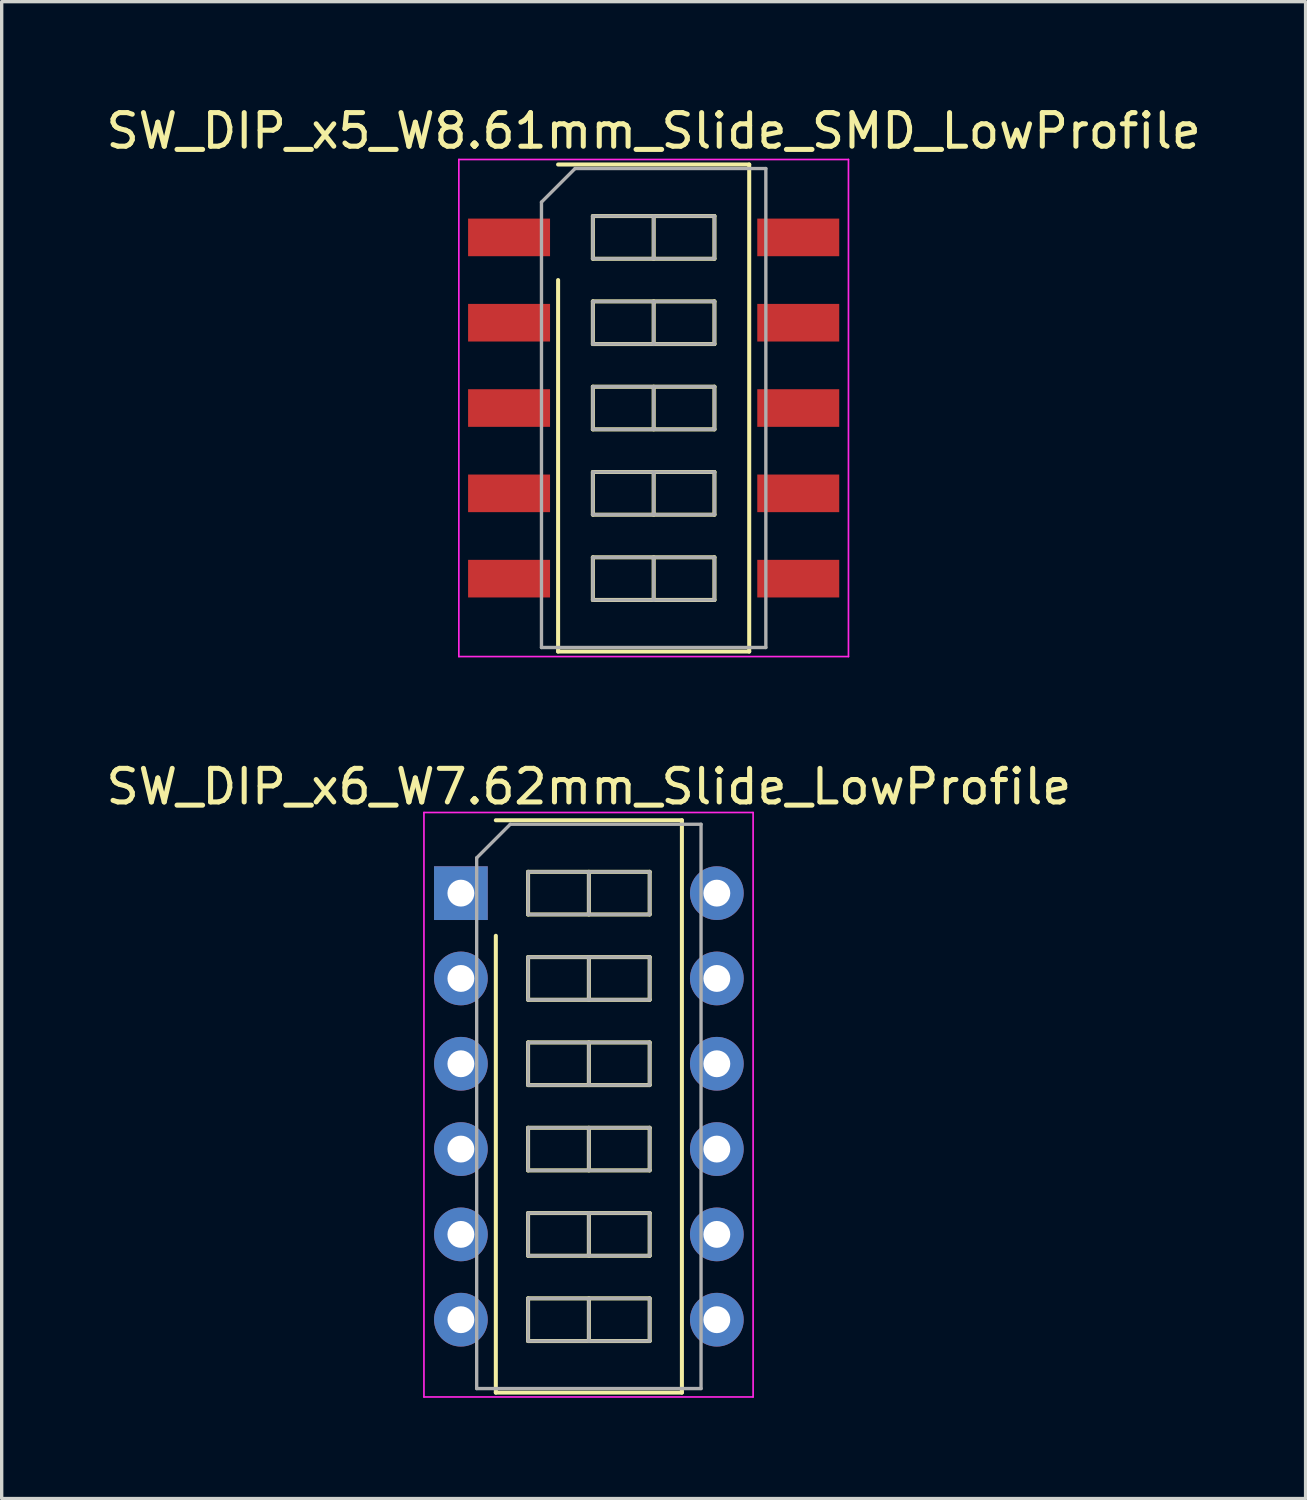
<source format=kicad_pcb>
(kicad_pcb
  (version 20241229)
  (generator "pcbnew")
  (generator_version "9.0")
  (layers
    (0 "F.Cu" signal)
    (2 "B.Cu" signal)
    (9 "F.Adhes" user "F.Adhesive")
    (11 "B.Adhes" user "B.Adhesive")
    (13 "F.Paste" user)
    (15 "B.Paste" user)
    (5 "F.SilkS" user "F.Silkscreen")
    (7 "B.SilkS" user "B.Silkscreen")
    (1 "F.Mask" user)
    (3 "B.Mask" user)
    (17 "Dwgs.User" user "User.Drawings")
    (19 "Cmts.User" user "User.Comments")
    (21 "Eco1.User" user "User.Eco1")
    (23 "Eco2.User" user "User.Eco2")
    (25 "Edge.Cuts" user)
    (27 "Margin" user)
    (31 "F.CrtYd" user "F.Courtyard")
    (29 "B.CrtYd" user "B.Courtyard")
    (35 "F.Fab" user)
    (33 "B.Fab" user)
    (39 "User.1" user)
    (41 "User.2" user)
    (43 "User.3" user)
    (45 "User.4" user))
  (footprint "SW_DIP_x6_W7.62mm_Slide_LowProfile"
    (layer "F.Cu")
    (at 10.672 23.541)
    (property "Reference" "SW_DIP_x6_W7.62mm_Slide_LowProfile" (at 3.81 -3.17 0) (layer "F.SilkS") (effects (font (size 1 1) (thickness 0.15))))
    (attr through_hole)
    (fp_line (start 1.04 -2.17) (end 6.58 -2.17) (stroke (width 0.12) (type solid)) (layer "F.SilkS"))
    (fp_line (start 1.04 14.87) (end 1.04 1.27) (stroke (width 0.12) (type solid)) (layer "F.SilkS"))
    (fp_line (start 2 -0.635) (end 2 0.635) (stroke (width 0.12) (type solid)) (layer "F.SilkS"))
    (fp_line (start 2 0.635) (end 5.62 0.635) (stroke (width 0.12) (type solid)) (layer "F.SilkS"))
    (fp_line (start 2 1.905) (end 2 3.175) (stroke (width 0.12) (type solid)) (layer "F.SilkS"))
    (fp_line (start 2 3.175) (end 5.62 3.175) (stroke (width 0.12) (type solid)) (layer "F.SilkS"))
    (fp_line (start 2 4.445) (end 2 5.715) (stroke (width 0.12) (type solid)) (layer "F.SilkS"))
    (fp_line (start 2 5.715) (end 5.62 5.715) (stroke (width 0.12) (type solid)) (layer "F.SilkS"))
    (fp_line (start 2 6.985) (end 2 8.255) (stroke (width 0.12) (type solid)) (layer "F.SilkS"))
    (fp_line (start 2 8.255) (end 5.62 8.255) (stroke (width 0.12) (type solid)) (layer "F.SilkS"))
    (fp_line (start 2 9.525) (end 2 10.795) (stroke (width 0.12) (type solid)) (layer "F.SilkS"))
    (fp_line (start 2 10.795) (end 5.62 10.795) (stroke (width 0.12) (type solid)) (layer "F.SilkS"))
    (fp_line (start 2 12.065) (end 2 13.335) (stroke (width 0.12) (type solid)) (layer "F.SilkS"))
    (fp_line (start 2 13.335) (end 5.62 13.335) (stroke (width 0.12) (type solid)) (layer "F.SilkS"))
    (fp_line (start 3.81 -0.635) (end 3.81 0.635) (stroke (width 0.12) (type solid)) (layer "F.SilkS"))
    (fp_line (start 3.81 1.905) (end 3.81 3.175) (stroke (width 0.12) (type solid)) (layer "F.SilkS"))
    (fp_line (start 3.81 4.445) (end 3.81 5.715) (stroke (width 0.12) (type solid)) (layer "F.SilkS"))
    (fp_line (start 3.81 6.985) (end 3.81 8.255) (stroke (width 0.12) (type solid)) (layer "F.SilkS"))
    (fp_line (start 3.81 9.525) (end 3.81 10.795) (stroke (width 0.12) (type solid)) (layer "F.SilkS"))
    (fp_line (start 3.81 12.065) (end 3.81 13.335) (stroke (width 0.12) (type solid)) (layer "F.SilkS"))
    (fp_line (start 5.62 -0.635) (end 2 -0.635) (stroke (width 0.12) (type solid)) (layer "F.SilkS"))
    (fp_line (start 5.62 0.635) (end 5.62 -0.635) (stroke (width 0.12) (type solid)) (layer "F.SilkS"))
    (fp_line (start 5.62 1.905) (end 2 1.905) (stroke (width 0.12) (type solid)) (layer "F.SilkS"))
    (fp_line (start 5.62 3.175) (end 5.62 1.905) (stroke (width 0.12) (type solid)) (layer "F.SilkS"))
    (fp_line (start 5.62 4.445) (end 2 4.445) (stroke (width 0.12) (type solid)) (layer "F.SilkS"))
    (fp_line (start 5.62 5.715) (end 5.62 4.445) (stroke (width 0.12) (type solid)) (layer "F.SilkS"))
    (fp_line (start 5.62 6.985) (end 2 6.985) (stroke (width 0.12) (type solid)) (layer "F.SilkS"))
    (fp_line (start 5.62 8.255) (end 5.62 6.985) (stroke (width 0.12) (type solid)) (layer "F.SilkS"))
    (fp_line (start 5.62 9.525) (end 2 9.525) (stroke (width 0.12) (type solid)) (layer "F.SilkS"))
    (fp_line (start 5.62 10.795) (end 5.62 9.525) (stroke (width 0.12) (type solid)) (layer "F.SilkS"))
    (fp_line (start 5.62 12.065) (end 2 12.065) (stroke (width 0.12) (type solid)) (layer "F.SilkS"))
    (fp_line (start 5.62 13.335) (end 5.62 12.065) (stroke (width 0.12) (type solid)) (layer "F.SilkS"))
    (fp_line (start 6.58 -2.17) (end 6.58 14.87) (stroke (width 0.12) (type solid)) (layer "F.SilkS"))
    (fp_line (start 6.58 14.87) (end 1.04 14.87) (stroke (width 0.12) (type solid)) (layer "F.SilkS"))
    (fp_line (start -1.1 -2.4) (end -1.1 15) (stroke (width 0.05) (type solid)) (layer "F.CrtYd"))
    (fp_line (start -1.1 15) (end 8.7 15) (stroke (width 0.05) (type solid)) (layer "F.CrtYd"))
    (fp_line (start 8.7 -2.4) (end -1.1 -2.4) (stroke (width 0.05) (type solid)) (layer "F.CrtYd"))
    (fp_line (start 8.7 15) (end 8.7 -2.4) (stroke (width 0.05) (type solid)) (layer "F.CrtYd"))
    (fp_line (start 0.47 -1.05) (end 1.47 -2.05) (stroke (width 0.1) (type solid)) (layer "F.Fab"))
    (fp_line (start 0.47 14.75) (end 0.47 -1.05) (stroke (width 0.1) (type solid)) (layer "F.Fab"))
    (fp_line (start 1.47 -2.05) (end 7.15 -2.05) (stroke (width 0.1) (type solid)) (layer "F.Fab"))
    (fp_line (start 2 -0.635) (end 2 0.635) (stroke (width 0.1) (type solid)) (layer "F.Fab"))
    (fp_line (start 2 0.635) (end 5.62 0.635) (stroke (width 0.1) (type solid)) (layer "F.Fab"))
    (fp_line (start 2 1.905) (end 2 3.175) (stroke (width 0.1) (type solid)) (layer "F.Fab"))
    (fp_line (start 2 3.175) (end 5.62 3.175) (stroke (width 0.1) (type solid)) (layer "F.Fab"))
    (fp_line (start 2 4.445) (end 2 5.715) (stroke (width 0.1) (type solid)) (layer "F.Fab"))
    (fp_line (start 2 5.715) (end 5.62 5.715) (stroke (width 0.1) (type solid)) (layer "F.Fab"))
    (fp_line (start 2 6.985) (end 2 8.255) (stroke (width 0.1) (type solid)) (layer "F.Fab"))
    (fp_line (start 2 8.255) (end 5.62 8.255) (stroke (width 0.1) (type solid)) (layer "F.Fab"))
    (fp_line (start 2 9.525) (end 2 10.795) (stroke (width 0.1) (type solid)) (layer "F.Fab"))
    (fp_line (start 2 10.795) (end 5.62 10.795) (stroke (width 0.1) (type solid)) (layer "F.Fab"))
    (fp_line (start 2 12.065) (end 2 13.335) (stroke (width 0.1) (type solid)) (layer "F.Fab"))
    (fp_line (start 2 13.335) (end 5.62 13.335) (stroke (width 0.1) (type solid)) (layer "F.Fab"))
    (fp_line (start 3.81 -0.635) (end 3.81 0.635) (stroke (width 0.1) (type solid)) (layer "F.Fab"))
    (fp_line (start 3.81 1.905) (end 3.81 3.175) (stroke (width 0.1) (type solid)) (layer "F.Fab"))
    (fp_line (start 3.81 4.445) (end 3.81 5.715) (stroke (width 0.1) (type solid)) (layer "F.Fab"))
    (fp_line (start 3.81 6.985) (end 3.81 8.255) (stroke (width 0.1) (type solid)) (layer "F.Fab"))
    (fp_line (start 3.81 9.525) (end 3.81 10.795) (stroke (width 0.1) (type solid)) (layer "F.Fab"))
    (fp_line (start 3.81 12.065) (end 3.81 13.335) (stroke (width 0.1) (type solid)) (layer "F.Fab"))
    (fp_line (start 5.62 -0.635) (end 2 -0.635) (stroke (width 0.1) (type solid)) (layer "F.Fab"))
    (fp_line (start 5.62 0.635) (end 5.62 -0.635) (stroke (width 0.1) (type solid)) (layer "F.Fab"))
    (fp_line (start 5.62 1.905) (end 2 1.905) (stroke (width 0.1) (type solid)) (layer "F.Fab"))
    (fp_line (start 5.62 3.175) (end 5.62 1.905) (stroke (width 0.1) (type solid)) (layer "F.Fab"))
    (fp_line (start 5.62 4.445) (end 2 4.445) (stroke (width 0.1) (type solid)) (layer "F.Fab"))
    (fp_line (start 5.62 5.715) (end 5.62 4.445) (stroke (width 0.1) (type solid)) (layer "F.Fab"))
    (fp_line (start 5.62 6.985) (end 2 6.985) (stroke (width 0.1) (type solid)) (layer "F.Fab"))
    (fp_line (start 5.62 8.255) (end 5.62 6.985) (stroke (width 0.1) (type solid)) (layer "F.Fab"))
    (fp_line (start 5.62 9.525) (end 2 9.525) (stroke (width 0.1) (type solid)) (layer "F.Fab"))
    (fp_line (start 5.62 10.795) (end 5.62 9.525) (stroke (width 0.1) (type solid)) (layer "F.Fab"))
    (fp_line (start 5.62 12.065) (end 2 12.065) (stroke (width 0.1) (type solid)) (layer "F.Fab"))
    (fp_line (start 5.62 13.335) (end 5.62 12.065) (stroke (width 0.1) (type solid)) (layer "F.Fab"))
    (fp_line (start 7.15 -2.05) (end 7.15 14.75) (stroke (width 0.1) (type solid)) (layer "F.Fab"))
    (fp_line (start 7.15 14.75) (end 0.47 14.75) (stroke (width 0.1) (type solid)) (layer "F.Fab"))
    (pad "1" thru_hole rect (at 0 0) (size 1.6 1.6) (drill 0.8) (layers "*.Cu" "*.Mask"))
    (pad "2" thru_hole oval (at 0 2.54) (size 1.6 1.6) (drill 0.8) (layers "*.Cu" "*.Mask"))
    (pad "3" thru_hole oval (at 0 5.08) (size 1.6 1.6) (drill 0.8) (layers "*.Cu" "*.Mask"))
    (pad "4" thru_hole oval (at 0 7.62) (size 1.6 1.6) (drill 0.8) (layers "*.Cu" "*.Mask"))
    (pad "5" thru_hole oval (at 0 10.16) (size 1.6 1.6) (drill 0.8) (layers "*.Cu" "*.Mask"))
    (pad "6" thru_hole oval (at 0 12.7) (size 1.6 1.6) (drill 0.8) (layers "*.Cu" "*.Mask"))
    (pad "7" thru_hole oval (at 7.62 12.7) (size 1.6 1.6) (drill 0.8) (layers "*.Cu" "*.Mask"))
    (pad "8" thru_hole oval (at 7.62 10.16) (size 1.6 1.6) (drill 0.8) (layers "*.Cu" "*.Mask"))
    (pad "9" thru_hole oval (at 7.62 7.62) (size 1.6 1.6) (drill 0.8) (layers "*.Cu" "*.Mask"))
    (pad "10" thru_hole oval (at 7.62 5.08) (size 1.6 1.6) (drill 0.8) (layers "*.Cu" "*.Mask"))
    (pad "11" thru_hole oval (at 7.62 2.54) (size 1.6 1.6) (drill 0.8) (layers "*.Cu" "*.Mask"))
    (pad "12" thru_hole oval (at 7.62 0) (size 1.6 1.6) (drill 0.8) (layers "*.Cu" "*.Mask")))
  (footprint "SW_DIP_x5_W8.61mm_Slide_SMD_LowProfile"
    (layer "F.Cu")
    (at 16.411 9.098)
    (property "Reference" "SW_DIP_x5_W8.61mm_Slide_SMD_LowProfile" (at 0 -8.25 0) (layer "F.SilkS") (effects (font (size 1 1) (thickness 0.15))))
    (attr smd)
    (fp_line (start -2.845 -7.25) (end 2.845 -7.25) (stroke (width 0.12) (type solid)) (layer "F.SilkS"))
    (fp_line (start -2.845 7.25) (end -2.845 -3.81) (stroke (width 0.12) (type solid)) (layer "F.SilkS"))
    (fp_line (start -1.81 -5.715) (end -1.81 -4.445) (stroke (width 0.12) (type solid)) (layer "F.SilkS"))
    (fp_line (start -1.81 -4.445) (end 1.81 -4.445) (stroke (width 0.12) (type solid)) (layer "F.SilkS"))
    (fp_line (start -1.81 -3.175) (end -1.81 -1.905) (stroke (width 0.12) (type solid)) (layer "F.SilkS"))
    (fp_line (start -1.81 -1.905) (end 1.81 -1.905) (stroke (width 0.12) (type solid)) (layer "F.SilkS"))
    (fp_line (start -1.81 -0.635) (end -1.81 0.635) (stroke (width 0.12) (type solid)) (layer "F.SilkS"))
    (fp_line (start -1.81 0.635) (end 1.81 0.635) (stroke (width 0.12) (type solid)) (layer "F.SilkS"))
    (fp_line (start -1.81 1.905) (end -1.81 3.175) (stroke (width 0.12) (type solid)) (layer "F.SilkS"))
    (fp_line (start -1.81 3.175) (end 1.81 3.175) (stroke (width 0.12) (type solid)) (layer "F.SilkS"))
    (fp_line (start -1.81 4.445) (end -1.81 5.715) (stroke (width 0.12) (type solid)) (layer "F.SilkS"))
    (fp_line (start -1.81 5.715) (end 1.81 5.715) (stroke (width 0.12) (type solid)) (layer "F.SilkS"))
    (fp_line (start 0 -5.715) (end 0 -4.445) (stroke (width 0.12) (type solid)) (layer "F.SilkS"))
    (fp_line (start 0 -3.175) (end 0 -1.905) (stroke (width 0.12) (type solid)) (layer "F.SilkS"))
    (fp_line (start 0 -0.635) (end 0 0.635) (stroke (width 0.12) (type solid)) (layer "F.SilkS"))
    (fp_line (start 0 1.905) (end 0 3.175) (stroke (width 0.12) (type solid)) (layer "F.SilkS"))
    (fp_line (start 0 4.445) (end 0 5.715) (stroke (width 0.12) (type solid)) (layer "F.SilkS"))
    (fp_line (start 1.81 -5.715) (end -1.81 -5.715) (stroke (width 0.12) (type solid)) (layer "F.SilkS"))
    (fp_line (start 1.81 -4.445) (end 1.81 -5.715) (stroke (width 0.12) (type solid)) (layer "F.SilkS"))
    (fp_line (start 1.81 -3.175) (end -1.81 -3.175) (stroke (width 0.12) (type solid)) (layer "F.SilkS"))
    (fp_line (start 1.81 -1.905) (end 1.81 -3.175) (stroke (width 0.12) (type solid)) (layer "F.SilkS"))
    (fp_line (start 1.81 -0.635) (end -1.81 -0.635) (stroke (width 0.12) (type solid)) (layer "F.SilkS"))
    (fp_line (start 1.81 0.635) (end 1.81 -0.635) (stroke (width 0.12) (type solid)) (layer "F.SilkS"))
    (fp_line (start 1.81 1.905) (end -1.81 1.905) (stroke (width 0.12) (type solid)) (layer "F.SilkS"))
    (fp_line (start 1.81 3.175) (end 1.81 1.905) (stroke (width 0.12) (type solid)) (layer "F.SilkS"))
    (fp_line (start 1.81 4.445) (end -1.81 4.445) (stroke (width 0.12) (type solid)) (layer "F.SilkS"))
    (fp_line (start 1.81 5.715) (end 1.81 4.445) (stroke (width 0.12) (type solid)) (layer "F.SilkS"))
    (fp_line (start 2.845 -7.25) (end 2.845 7.25) (stroke (width 0.12) (type solid)) (layer "F.SilkS"))
    (fp_line (start 2.845 7.25) (end -2.845 7.25) (stroke (width 0.12) (type solid)) (layer "F.SilkS"))
    (fp_line (start -5.8 -7.4) (end -5.8 7.4) (stroke (width 0.05) (type solid)) (layer "F.CrtYd"))
    (fp_line (start -5.8 7.4) (end 5.8 7.4) (stroke (width 0.05) (type solid)) (layer "F.CrtYd"))
    (fp_line (start 5.8 -7.4) (end -5.8 -7.4) (stroke (width 0.05) (type solid)) (layer "F.CrtYd"))
    (fp_line (start 5.8 7.4) (end 5.8 -7.4) (stroke (width 0.05) (type solid)) (layer "F.CrtYd"))
    (fp_line (start -3.34 -6.13) (end -2.34 -7.13) (stroke (width 0.1) (type solid)) (layer "F.Fab"))
    (fp_line (start -3.34 7.13) (end -3.34 -6.13) (stroke (width 0.1) (type solid)) (layer "F.Fab"))
    (fp_line (start -2.34 -7.13) (end 3.34 -7.13) (stroke (width 0.1) (type solid)) (layer "F.Fab"))
    (fp_line (start -1.81 -5.715) (end -1.81 -4.445) (stroke (width 0.1) (type solid)) (layer "F.Fab"))
    (fp_line (start -1.81 -4.445) (end 1.81 -4.445) (stroke (width 0.1) (type solid)) (layer "F.Fab"))
    (fp_line (start -1.81 -3.175) (end -1.81 -1.905) (stroke (width 0.1) (type solid)) (layer "F.Fab"))
    (fp_line (start -1.81 -1.905) (end 1.81 -1.905) (stroke (width 0.1) (type solid)) (layer "F.Fab"))
    (fp_line (start -1.81 -0.635) (end -1.81 0.635) (stroke (width 0.1) (type solid)) (layer "F.Fab"))
    (fp_line (start -1.81 0.635) (end 1.81 0.635) (stroke (width 0.1) (type solid)) (layer "F.Fab"))
    (fp_line (start -1.81 1.905) (end -1.81 3.175) (stroke (width 0.1) (type solid)) (layer "F.Fab"))
    (fp_line (start -1.81 3.175) (end 1.81 3.175) (stroke (width 0.1) (type solid)) (layer "F.Fab"))
    (fp_line (start -1.81 4.445) (end -1.81 5.715) (stroke (width 0.1) (type solid)) (layer "F.Fab"))
    (fp_line (start -1.81 5.715) (end 1.81 5.715) (stroke (width 0.1) (type solid)) (layer "F.Fab"))
    (fp_line (start 0 -5.715) (end 0 -4.445) (stroke (width 0.1) (type solid)) (layer "F.Fab"))
    (fp_line (start 0 -3.175) (end 0 -1.905) (stroke (width 0.1) (type solid)) (layer "F.Fab"))
    (fp_line (start 0 -0.635) (end 0 0.635) (stroke (width 0.1) (type solid)) (layer "F.Fab"))
    (fp_line (start 0 1.905) (end 0 3.175) (stroke (width 0.1) (type solid)) (layer "F.Fab"))
    (fp_line (start 0 4.445) (end 0 5.715) (stroke (width 0.1) (type solid)) (layer "F.Fab"))
    (fp_line (start 1.81 -5.715) (end -1.81 -5.715) (stroke (width 0.1) (type solid)) (layer "F.Fab"))
    (fp_line (start 1.81 -4.445) (end 1.81 -5.715) (stroke (width 0.1) (type solid)) (layer "F.Fab"))
    (fp_line (start 1.81 -3.175) (end -1.81 -3.175) (stroke (width 0.1) (type solid)) (layer "F.Fab"))
    (fp_line (start 1.81 -1.905) (end 1.81 -3.175) (stroke (width 0.1) (type solid)) (layer "F.Fab"))
    (fp_line (start 1.81 -0.635) (end -1.81 -0.635) (stroke (width 0.1) (type solid)) (layer "F.Fab"))
    (fp_line (start 1.81 0.635) (end 1.81 -0.635) (stroke (width 0.1) (type solid)) (layer "F.Fab"))
    (fp_line (start 1.81 1.905) (end -1.81 1.905) (stroke (width 0.1) (type solid)) (layer "F.Fab"))
    (fp_line (start 1.81 3.175) (end 1.81 1.905) (stroke (width 0.1) (type solid)) (layer "F.Fab"))
    (fp_line (start 1.81 4.445) (end -1.81 4.445) (stroke (width 0.1) (type solid)) (layer "F.Fab"))
    (fp_line (start 1.81 5.715) (end 1.81 4.445) (stroke (width 0.1) (type solid)) (layer "F.Fab"))
    (fp_line (start 3.34 -7.13) (end 3.34 7.13) (stroke (width 0.1) (type solid)) (layer "F.Fab"))
    (fp_line (start 3.34 7.13) (end -3.34 7.13) (stroke (width 0.1) (type solid)) (layer "F.Fab"))
    (pad "1" smd rect (at -4.305 -5.08) (size 2.44 1.12) (layers "F.Cu" "F.Mask"))
    (pad "2" smd rect (at -4.305 -2.54) (size 2.44 1.12) (layers "F.Cu" "F.Mask"))
    (pad "3" smd rect (at -4.305 0) (size 2.44 1.12) (layers "F.Cu" "F.Mask"))
    (pad "4" smd rect (at -4.305 2.54) (size 2.44 1.12) (layers "F.Cu" "F.Mask"))
    (pad "5" smd rect (at -4.305 5.08) (size 2.44 1.12) (layers "F.Cu" "F.Mask"))
    (pad "6" smd rect (at 4.305 5.08) (size 2.44 1.12) (layers "F.Cu" "F.Mask"))
    (pad "7" smd rect (at 4.305 2.54) (size 2.44 1.12) (layers "F.Cu" "F.Mask"))
    (pad "8" smd rect (at 4.305 0) (size 2.44 1.12) (layers "F.Cu" "F.Mask"))
    (pad "9" smd rect (at 4.305 -2.54) (size 2.44 1.12) (layers "F.Cu" "F.Mask"))
    (pad "10" smd rect (at 4.305 -5.08) (size 2.44 1.12) (layers "F.Cu" "F.Mask")))
  (gr_rect
    (start -3 -3)
    (end 35.821 41.566)
    (stroke (width 0.1) (type default))
    (fill no)
    (layer "Edge.Cuts")))
</source>
